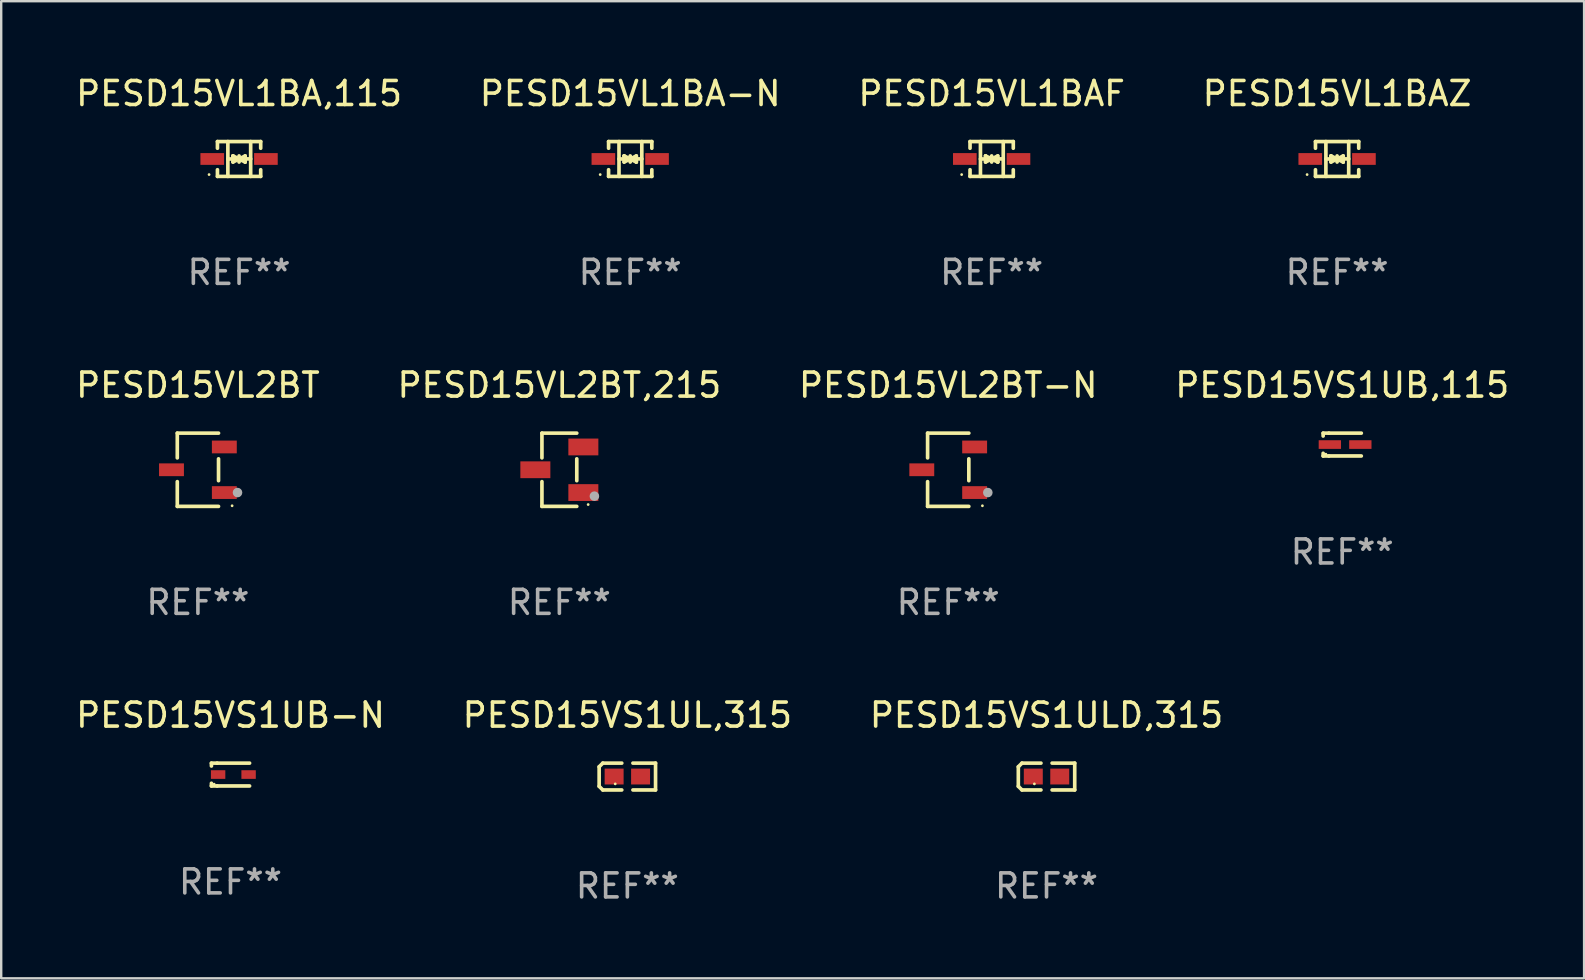
<source format=kicad_pcb>
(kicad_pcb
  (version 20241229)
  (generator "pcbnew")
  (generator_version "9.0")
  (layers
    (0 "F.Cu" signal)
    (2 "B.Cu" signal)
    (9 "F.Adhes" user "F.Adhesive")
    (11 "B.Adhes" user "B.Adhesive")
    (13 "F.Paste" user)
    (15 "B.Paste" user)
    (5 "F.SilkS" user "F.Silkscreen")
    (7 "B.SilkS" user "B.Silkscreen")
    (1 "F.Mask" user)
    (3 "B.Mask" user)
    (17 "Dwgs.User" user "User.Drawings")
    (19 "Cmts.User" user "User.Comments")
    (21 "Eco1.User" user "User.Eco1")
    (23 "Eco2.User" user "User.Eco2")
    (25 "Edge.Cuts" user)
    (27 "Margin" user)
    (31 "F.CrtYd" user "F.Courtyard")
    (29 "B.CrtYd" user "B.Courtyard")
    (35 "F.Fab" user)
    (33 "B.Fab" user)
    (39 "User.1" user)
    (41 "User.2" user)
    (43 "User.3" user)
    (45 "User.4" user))
  (footprint "PESD15VL1BAZ"
    (layer "F.Cu")
    (at 52.661 3.574)
    (property "Reference" "PESD15VL1BAZ" (at 0 -2.726 0) (layer "F.SilkS") (effects (font (size 1 1) (thickness 0.15))))
    (attr through_hole)
    (fp_line (start -0.901 -0.726) (end -0.901 -0.448) (stroke (width 0.152) (type solid)) (layer "F.SilkS"))
    (fp_line (start -0.901 0.726) (end -0.901 0.448) (stroke (width 0.152) (type solid)) (layer "F.SilkS"))
    (fp_line (start -0.467 0) (end 0.483 -0.003) (stroke (width 0.154) (type solid)) (layer "F.SilkS"))
    (fp_line (start -0.467 0.726) (end -0.467 -0.726) (stroke (width 0.152) (type solid)) (layer "F.SilkS"))
    (fp_line (start -0.254 -0.127) (end -0.254 -0.127) (stroke (width 0.154) (type solid)) (layer "F.SilkS"))
    (fp_line (start -0.254 -0.127) (end -0.002 -0.003) (stroke (width 0.154) (type solid)) (layer "F.SilkS"))
    (fp_line (start -0.254 0.127) (end -0.254 -0.127) (stroke (width 0.154) (type solid)) (layer "F.SilkS"))
    (fp_line (start -0.127 0) (end 0.003 0) (stroke (width 0.154) (type solid)) (layer "F.SilkS"))
    (fp_line (start -0.003 0) (end -0.254 0.127) (stroke (width 0.154) (type solid)) (layer "F.SilkS"))
    (fp_line (start 0 -0.127) (end 0 0.127) (stroke (width 0.154) (type solid)) (layer "F.SilkS"))
    (fp_line (start 0.003 0) (end 0.254 -0.127) (stroke (width 0.154) (type solid)) (layer "F.SilkS"))
    (fp_line (start 0.127 0) (end -0.003 0) (stroke (width 0.154) (type solid)) (layer "F.SilkS"))
    (fp_line (start 0.254 -0.127) (end 0.254 0.127) (stroke (width 0.154) (type solid)) (layer "F.SilkS"))
    (fp_line (start 0.254 0.127) (end 0.002 0.003) (stroke (width 0.154) (type solid)) (layer "F.SilkS"))
    (fp_line (start 0.254 0.127) (end 0.254 0.127) (stroke (width 0.154) (type solid)) (layer "F.SilkS"))
    (fp_line (start 0.483 0.726) (end 0.483 -0.726) (stroke (width 0.152) (type solid)) (layer "F.SilkS"))
    (fp_line (start 0.901 -0.726) (end -0.901 -0.726) (stroke (width 0.152) (type solid)) (layer "F.SilkS"))
    (fp_line (start 0.901 -0.726) (end 0.901 -0.448) (stroke (width 0.152) (type solid)) (layer "F.SilkS"))
    (fp_line (start 0.901 0.726) (end -0.901 0.726) (stroke (width 0.152) (type solid)) (layer "F.SilkS"))
    (fp_line (start 0.901 0.726) (end 0.901 0.448) (stroke (width 0.152) (type solid)) (layer "F.SilkS"))
    (fp_circle (center -1.25 0.65) (end -1.22 0.65) (stroke (width 0.06) (type solid)) (fill no) (layer "F.SilkS"))
    (fp_text user "REF**" (at 0 4.726 0) (layer "F.Fab") (effects (font (size 1 1) (thickness 0.15))))
    (pad "1" smd rect (at -1.118 0) (size 0.985 0.49) (layers "F.Cu" "F.Mask" "F.Paste"))
    (pad "2" smd rect (at 1.118 0) (size 0.985 0.49) (layers "F.Cu" "F.Mask" "F.Paste")))
  (footprint "PESD15VL2BT,215"
    (layer "F.Cu")
    (at 20.256 16.523)
    (property "Reference" "PESD15VL2BT,215" (at 0 -3.526 0) (layer "F.SilkS") (effects (font (size 1 1) (thickness 0.15))))
    (attr through_hole)
    (fp_line (start -0.726 -1.526) (end -0.726 -0.495) (stroke (width 0.152) (type solid)) (layer "F.SilkS"))
    (fp_line (start -0.726 1.526) (end -0.726 0.495) (stroke (width 0.152) (type solid)) (layer "F.SilkS"))
    (fp_line (start 0.726 -1.526) (end -0.726 -1.526) (stroke (width 0.152) (type solid)) (layer "F.SilkS"))
    (fp_line (start 0.726 -0.455) (end 0.726 0.455) (stroke (width 0.152) (type solid)) (layer "F.SilkS"))
    (fp_line (start 0.726 1.526) (end -0.726 1.526) (stroke (width 0.152) (type solid)) (layer "F.SilkS"))
    (fp_circle (center 1.2 1.45) (end 1.23 1.45) (stroke (width 0.06) (type solid)) (fill no) (layer "F.SilkS"))
    (fp_circle (center 1.46 1.1) (end 1.56 1.1) (stroke (width 0.2) (type solid)) (fill no) (layer "F.Fab"))
    (fp_text user "REF**" (at 0 5.526 0) (layer "F.Fab") (effects (font (size 1 1) (thickness 0.15))))
    (pad "1" smd rect (at 1 0.95) (size 1.25 0.7) (layers "F.Cu" "F.Mask" "F.Paste"))
    (pad "2" smd rect (at 1 -0.95) (size 1.25 0.7) (layers "F.Cu" "F.Mask" "F.Paste"))
    (pad "3" smd rect (at -1 0) (size 1.25 0.7) (layers "F.Cu" "F.Mask" "F.Paste")))
  (footprint "PESD15VL2BT"
    (layer "F.Cu")
    (at 5.196 16.523)
    (property "Reference" "PESD15VL2BT" (at 0 -3.526 0) (layer "F.SilkS") (effects (font (size 1 1) (thickness 0.15))))
    (attr through_hole)
    (fp_line (start -0.859 -1.526) (end -0.859 -0.495) (stroke (width 0.152) (type solid)) (layer "F.SilkS"))
    (fp_line (start -0.859 1.526) (end -0.859 0.495) (stroke (width 0.152) (type solid)) (layer "F.SilkS"))
    (fp_line (start 0.859 -1.526) (end -0.859 -1.526) (stroke (width 0.152) (type solid)) (layer "F.SilkS"))
    (fp_line (start 0.859 -0.455) (end 0.859 0.455) (stroke (width 0.152) (type solid)) (layer "F.SilkS"))
    (fp_line (start 0.859 1.526) (end -0.859 1.526) (stroke (width 0.152) (type solid)) (layer "F.SilkS"))
    (fp_circle (center 1.425 1.5) (end 1.455 1.5) (stroke (width 0.06) (type solid)) (fill no) (layer "F.SilkS"))
    (fp_circle (center 1.65 0.95) (end 1.75 0.95) (stroke (width 0.2) (type solid)) (fill no) (layer "F.Fab"))
    (fp_text user "REF**" (at 0 5.526 0) (layer "F.Fab") (effects (font (size 1 1) (thickness 0.15))))
    (pad "1" smd rect (at 1.101 0.95) (size 1.037 0.532) (layers "F.Cu" "F.Mask" "F.Paste"))
    (pad "2" smd rect (at 1.101 -0.95) (size 1.037 0.532) (layers "F.Cu" "F.Mask" "F.Paste"))
    (pad "3" smd rect (at -1.101 0) (size 1.037 0.532) (layers "F.Cu" "F.Mask" "F.Paste")))
  (footprint "PESD15VL1BAF"
    (layer "F.Cu")
    (at 38.268 3.574)
    (property "Reference" "PESD15VL1BAF" (at 0 -2.726 0) (layer "F.SilkS") (effects (font (size 1 1) (thickness 0.15))))
    (attr through_hole)
    (fp_line (start -0.901 -0.726) (end -0.901 -0.448) (stroke (width 0.152) (type solid)) (layer "F.SilkS"))
    (fp_line (start -0.901 0.726) (end -0.901 0.448) (stroke (width 0.152) (type solid)) (layer "F.SilkS"))
    (fp_line (start -0.467 0) (end 0.483 -0.003) (stroke (width 0.154) (type solid)) (layer "F.SilkS"))
    (fp_line (start -0.467 0.726) (end -0.467 -0.726) (stroke (width 0.152) (type solid)) (layer "F.SilkS"))
    (fp_line (start -0.254 -0.127) (end -0.254 -0.127) (stroke (width 0.154) (type solid)) (layer "F.SilkS"))
    (fp_line (start -0.254 -0.127) (end -0.002 -0.003) (stroke (width 0.154) (type solid)) (layer "F.SilkS"))
    (fp_line (start -0.254 0.127) (end -0.254 -0.127) (stroke (width 0.154) (type solid)) (layer "F.SilkS"))
    (fp_line (start -0.127 0) (end 0.003 0) (stroke (width 0.154) (type solid)) (layer "F.SilkS"))
    (fp_line (start -0.003 0) (end -0.254 0.127) (stroke (width 0.154) (type solid)) (layer "F.SilkS"))
    (fp_line (start 0 -0.127) (end 0 0.127) (stroke (width 0.154) (type solid)) (layer "F.SilkS"))
    (fp_line (start 0.003 0) (end 0.254 -0.127) (stroke (width 0.154) (type solid)) (layer "F.SilkS"))
    (fp_line (start 0.127 0) (end -0.003 0) (stroke (width 0.154) (type solid)) (layer "F.SilkS"))
    (fp_line (start 0.254 -0.127) (end 0.254 0.127) (stroke (width 0.154) (type solid)) (layer "F.SilkS"))
    (fp_line (start 0.254 0.127) (end 0.002 0.003) (stroke (width 0.154) (type solid)) (layer "F.SilkS"))
    (fp_line (start 0.254 0.127) (end 0.254 0.127) (stroke (width 0.154) (type solid)) (layer "F.SilkS"))
    (fp_line (start 0.483 0.726) (end 0.483 -0.726) (stroke (width 0.152) (type solid)) (layer "F.SilkS"))
    (fp_line (start 0.901 -0.726) (end -0.901 -0.726) (stroke (width 0.152) (type solid)) (layer "F.SilkS"))
    (fp_line (start 0.901 -0.726) (end 0.901 -0.448) (stroke (width 0.152) (type solid)) (layer "F.SilkS"))
    (fp_line (start 0.901 0.726) (end -0.901 0.726) (stroke (width 0.152) (type solid)) (layer "F.SilkS"))
    (fp_line (start 0.901 0.726) (end 0.901 0.448) (stroke (width 0.152) (type solid)) (layer "F.SilkS"))
    (fp_circle (center -1.25 0.65) (end -1.22 0.65) (stroke (width 0.06) (type solid)) (fill no) (layer "F.SilkS"))
    (fp_text user "REF**" (at 0 4.726 0) (layer "F.Fab") (effects (font (size 1 1) (thickness 0.15))))
    (pad "1" smd rect (at -1.118 0) (size 0.985 0.49) (layers "F.Cu" "F.Mask" "F.Paste"))
    (pad "2" smd rect (at 1.118 0) (size 0.985 0.49) (layers "F.Cu" "F.Mask" "F.Paste")))
  (footprint "PESD15VS1UL,315"
    (layer "F.Cu")
    (at 23.089 29.305)
    (property "Reference" "PESD15VS1UL,315" (at 0 -2.559 0) (layer "F.SilkS") (effects (font (size 1 1) (thickness 0.15))))
    (attr through_hole)
    (fp_line (start -1.175 -0.407) (end -1.023 -0.559) (stroke (width 0.152) (type solid)) (layer "F.SilkS"))
    (fp_line (start -1.175 0.407) (end -1.175 -0.407) (stroke (width 0.152) (type solid)) (layer "F.SilkS"))
    (fp_line (start -1.023 -0.559) (end -0.232 -0.559) (stroke (width 0.152) (type solid)) (layer "F.SilkS"))
    (fp_line (start -1.023 0.559) (end -1.175 0.407) (stroke (width 0.152) (type solid)) (layer "F.SilkS"))
    (fp_line (start -0.232 0.559) (end -1.023 0.559) (stroke (width 0.152) (type solid)) (layer "F.SilkS"))
    (fp_line (start 0.232 0.559) (end 1.175 0.559) (stroke (width 0.152) (type solid)) (layer "F.SilkS"))
    (fp_line (start 1.175 -0.559) (end 0.232 -0.559) (stroke (width 0.152) (type solid)) (layer "F.SilkS"))
    (fp_line (start 1.175 0.559) (end 1.175 -0.559) (stroke (width 0.152) (type solid)) (layer "F.SilkS"))
    (fp_circle (center -0.506 0.306) (end -0.476 0.306) (stroke (width 0.06) (type solid)) (fill no) (layer "F.SilkS"))
    (fp_text user "REF**" (at 0 4.559 0) (layer "F.Fab") (effects (font (size 1 1) (thickness 0.15))))
    (pad "1" smd rect (at -0.551 0) (size 0.79 0.661) (layers "F.Cu" "F.Mask" "F.Paste"))
    (pad "2" smd rect (at 0.551 0) (size 0.79 0.661) (layers "F.Cu" "F.Mask" "F.Paste")))
  (footprint "PESD15VS1UB-N"
    (layer "F.Cu")
    (at 6.554 29.222)
    (property "Reference" "PESD15VS1UB-N" (at 0 -2.476 0) (layer "F.SilkS") (effects (font (size 1 1) (thickness 0.15))))
    (attr through_hole)
    (fp_line (start -0.795 -0.476) (end -0.795 -0.356) (stroke (width 0.152) (type solid)) (layer "F.SilkS"))
    (fp_line (start -0.795 0.363) (end -0.795 0.476) (stroke (width 0.152) (type solid)) (layer "F.SilkS"))
    (fp_line (start -0.795 0.476) (end -0.557 0.476) (stroke (width 0.152) (type solid)) (layer "F.SilkS"))
    (fp_line (start -0.557 -0.476) (end -0.795 -0.476) (stroke (width 0.152) (type solid)) (layer "F.SilkS"))
    (fp_line (start -0.557 -0.476) (end 0.795 -0.476) (stroke (width 0.152) (type solid)) (layer "F.SilkS"))
    (fp_line (start -0.557 0.476) (end 0.795 0.476) (stroke (width 0.152) (type solid)) (layer "F.SilkS"))
    (fp_circle (center -0.681 0.4) (end -0.651 0.4) (stroke (width 0.06) (type solid)) (fill no) (layer "F.SilkS"))
    (fp_text user "REF**" (at 0 4.476 0) (layer "F.Fab") (effects (font (size 1 1) (thickness 0.15))))
    (pad "1" smd rect (at -0.516 -0.000051 180) (size 0.6 0.36) (layers "F.Cu" "F.Mask" "F.Paste"))
    (pad "2" smd rect (at 0.754 -0.000051 180) (size 0.6 0.36) (layers "F.Cu" "F.Mask" "F.Paste")))
  (footprint "PESD15VL1BA-N"
    (layer "F.Cu")
    (at 23.208 3.574)
    (property "Reference" "PESD15VL1BA-N" (at 0 -2.726 0) (layer "F.SilkS") (effects (font (size 1 1) (thickness 0.15))))
    (attr through_hole)
    (fp_line (start -0.901 -0.726) (end -0.901 -0.448) (stroke (width 0.152) (type solid)) (layer "F.SilkS"))
    (fp_line (start -0.901 0.726) (end -0.901 0.448) (stroke (width 0.152) (type solid)) (layer "F.SilkS"))
    (fp_line (start -0.467 0) (end 0.483 -0.003) (stroke (width 0.154) (type solid)) (layer "F.SilkS"))
    (fp_line (start -0.467 0.726) (end -0.467 -0.726) (stroke (width 0.152) (type solid)) (layer "F.SilkS"))
    (fp_line (start -0.254 -0.127) (end -0.254 -0.127) (stroke (width 0.154) (type solid)) (layer "F.SilkS"))
    (fp_line (start -0.254 -0.127) (end -0.002 -0.003) (stroke (width 0.154) (type solid)) (layer "F.SilkS"))
    (fp_line (start -0.254 0.127) (end -0.254 -0.127) (stroke (width 0.154) (type solid)) (layer "F.SilkS"))
    (fp_line (start -0.127 0) (end 0.003 0) (stroke (width 0.154) (type solid)) (layer "F.SilkS"))
    (fp_line (start -0.003 0) (end -0.254 0.127) (stroke (width 0.154) (type solid)) (layer "F.SilkS"))
    (fp_line (start 0 -0.127) (end 0 0.127) (stroke (width 0.154) (type solid)) (layer "F.SilkS"))
    (fp_line (start 0.003 0) (end 0.254 -0.127) (stroke (width 0.154) (type solid)) (layer "F.SilkS"))
    (fp_line (start 0.127 0) (end -0.003 0) (stroke (width 0.154) (type solid)) (layer "F.SilkS"))
    (fp_line (start 0.254 -0.127) (end 0.254 0.127) (stroke (width 0.154) (type solid)) (layer "F.SilkS"))
    (fp_line (start 0.254 0.127) (end 0.002 0.003) (stroke (width 0.154) (type solid)) (layer "F.SilkS"))
    (fp_line (start 0.254 0.127) (end 0.254 0.127) (stroke (width 0.154) (type solid)) (layer "F.SilkS"))
    (fp_line (start 0.483 0.726) (end 0.483 -0.726) (stroke (width 0.152) (type solid)) (layer "F.SilkS"))
    (fp_line (start 0.901 -0.726) (end -0.901 -0.726) (stroke (width 0.152) (type solid)) (layer "F.SilkS"))
    (fp_line (start 0.901 -0.726) (end 0.901 -0.448) (stroke (width 0.152) (type solid)) (layer "F.SilkS"))
    (fp_line (start 0.901 0.726) (end -0.901 0.726) (stroke (width 0.152) (type solid)) (layer "F.SilkS"))
    (fp_line (start 0.901 0.726) (end 0.901 0.448) (stroke (width 0.152) (type solid)) (layer "F.SilkS"))
    (fp_circle (center -1.25 0.65) (end -1.22 0.65) (stroke (width 0.06) (type solid)) (fill no) (layer "F.SilkS"))
    (fp_text user "REF**" (at 0 4.726 0) (layer "F.Fab") (effects (font (size 1 1) (thickness 0.15))))
    (pad "1" smd rect (at -1.118 0) (size 0.985 0.49) (layers "F.Cu" "F.Mask" "F.Paste"))
    (pad "2" smd rect (at 1.118 0) (size 0.985 0.49) (layers "F.Cu" "F.Mask" "F.Paste")))
  (footprint "PESD15VS1ULD,315"
    (layer "F.Cu")
    (at 40.554 29.305)
    (property "Reference" "PESD15VS1ULD,315" (at 0 -2.559 0) (layer "F.SilkS") (effects (font (size 1 1) (thickness 0.15))))
    (attr through_hole)
    (fp_line (start -1.175 -0.407) (end -1.023 -0.559) (stroke (width 0.152) (type solid)) (layer "F.SilkS"))
    (fp_line (start -1.175 0.407) (end -1.175 -0.407) (stroke (width 0.152) (type solid)) (layer "F.SilkS"))
    (fp_line (start -1.023 -0.559) (end -0.232 -0.559) (stroke (width 0.152) (type solid)) (layer "F.SilkS"))
    (fp_line (start -1.023 0.559) (end -1.175 0.407) (stroke (width 0.152) (type solid)) (layer "F.SilkS"))
    (fp_line (start -0.232 0.559) (end -1.023 0.559) (stroke (width 0.152) (type solid)) (layer "F.SilkS"))
    (fp_line (start 0.232 0.559) (end 1.175 0.559) (stroke (width 0.152) (type solid)) (layer "F.SilkS"))
    (fp_line (start 1.175 -0.559) (end 0.232 -0.559) (stroke (width 0.152) (type solid)) (layer "F.SilkS"))
    (fp_line (start 1.175 0.559) (end 1.175 -0.559) (stroke (width 0.152) (type solid)) (layer "F.SilkS"))
    (fp_circle (center -0.506 0.306) (end -0.476 0.306) (stroke (width 0.06) (type solid)) (fill no) (layer "F.SilkS"))
    (fp_text user "REF**" (at 0 4.559 0) (layer "F.Fab") (effects (font (size 1 1) (thickness 0.15))))
    (pad "1" smd rect (at -0.551 0) (size 0.79 0.661) (layers "F.Cu" "F.Mask" "F.Paste"))
    (pad "2" smd rect (at 0.551 0) (size 0.79 0.661) (layers "F.Cu" "F.Mask" "F.Paste")))
  (footprint "PESD15VL1BA,115"
    (layer "F.Cu")
    (at 6.911 3.574)
    (property "Reference" "PESD15VL1BA,115" (at 0 -2.726 0) (layer "F.SilkS") (effects (font (size 1 1) (thickness 0.15))))
    (attr through_hole)
    (fp_line (start -0.901 -0.726) (end -0.901 -0.448) (stroke (width 0.152) (type solid)) (layer "F.SilkS"))
    (fp_line (start -0.901 0.726) (end -0.901 0.448) (stroke (width 0.152) (type solid)) (layer "F.SilkS"))
    (fp_line (start -0.467 0) (end 0.483 -0.003) (stroke (width 0.154) (type solid)) (layer "F.SilkS"))
    (fp_line (start -0.467 0.726) (end -0.467 -0.726) (stroke (width 0.152) (type solid)) (layer "F.SilkS"))
    (fp_line (start -0.254 -0.127) (end -0.254 -0.127) (stroke (width 0.154) (type solid)) (layer "F.SilkS"))
    (fp_line (start -0.254 -0.127) (end -0.002 -0.003) (stroke (width 0.154) (type solid)) (layer "F.SilkS"))
    (fp_line (start -0.254 0.127) (end -0.254 -0.127) (stroke (width 0.154) (type solid)) (layer "F.SilkS"))
    (fp_line (start -0.127 0) (end 0.003 0) (stroke (width 0.154) (type solid)) (layer "F.SilkS"))
    (fp_line (start -0.003 0) (end -0.254 0.127) (stroke (width 0.154) (type solid)) (layer "F.SilkS"))
    (fp_line (start 0 -0.127) (end 0 0.127) (stroke (width 0.154) (type solid)) (layer "F.SilkS"))
    (fp_line (start 0.003 0) (end 0.254 -0.127) (stroke (width 0.154) (type solid)) (layer "F.SilkS"))
    (fp_line (start 0.127 0) (end -0.003 0) (stroke (width 0.154) (type solid)) (layer "F.SilkS"))
    (fp_line (start 0.254 -0.127) (end 0.254 0.127) (stroke (width 0.154) (type solid)) (layer "F.SilkS"))
    (fp_line (start 0.254 0.127) (end 0.002 0.003) (stroke (width 0.154) (type solid)) (layer "F.SilkS"))
    (fp_line (start 0.254 0.127) (end 0.254 0.127) (stroke (width 0.154) (type solid)) (layer "F.SilkS"))
    (fp_line (start 0.483 0.726) (end 0.483 -0.726) (stroke (width 0.152) (type solid)) (layer "F.SilkS"))
    (fp_line (start 0.901 -0.726) (end -0.901 -0.726) (stroke (width 0.152) (type solid)) (layer "F.SilkS"))
    (fp_line (start 0.901 -0.726) (end 0.901 -0.448) (stroke (width 0.152) (type solid)) (layer "F.SilkS"))
    (fp_line (start 0.901 0.726) (end -0.901 0.726) (stroke (width 0.152) (type solid)) (layer "F.SilkS"))
    (fp_line (start 0.901 0.726) (end 0.901 0.448) (stroke (width 0.152) (type solid)) (layer "F.SilkS"))
    (fp_circle (center -1.25 0.65) (end -1.22 0.65) (stroke (width 0.06) (type solid)) (fill no) (layer "F.SilkS"))
    (fp_text user "REF**" (at 0 4.726 0) (layer "F.Fab") (effects (font (size 1 1) (thickness 0.15))))
    (pad "1" smd rect (at -1.118 0) (size 0.985 0.49) (layers "F.Cu" "F.Mask" "F.Paste"))
    (pad "2" smd rect (at 1.118 0) (size 0.985 0.49) (layers "F.Cu" "F.Mask" "F.Paste")))
  (footprint "PESD15VS1UB,115"
    (layer "F.Cu")
    (at 52.875 15.473)
    (property "Reference" "PESD15VS1UB,115" (at 0 -2.476 0) (layer "F.SilkS") (effects (font (size 1 1) (thickness 0.15))))
    (attr through_hole)
    (fp_line (start -0.795 -0.476) (end -0.795 -0.356) (stroke (width 0.152) (type solid)) (layer "F.SilkS"))
    (fp_line (start -0.795 0.363) (end -0.795 0.476) (stroke (width 0.152) (type solid)) (layer "F.SilkS"))
    (fp_line (start -0.795 0.476) (end -0.557 0.476) (stroke (width 0.152) (type solid)) (layer "F.SilkS"))
    (fp_line (start -0.557 -0.476) (end -0.795 -0.476) (stroke (width 0.152) (type solid)) (layer "F.SilkS"))
    (fp_line (start -0.557 -0.476) (end 0.795 -0.476) (stroke (width 0.152) (type solid)) (layer "F.SilkS"))
    (fp_line (start -0.557 0.476) (end 0.795 0.476) (stroke (width 0.152) (type solid)) (layer "F.SilkS"))
    (fp_circle (center -0.681 0.4) (end -0.651 0.4) (stroke (width 0.06) (type solid)) (fill no) (layer "F.SilkS"))
    (fp_text user "REF**" (at 0 4.476 0) (layer "F.Fab") (effects (font (size 1 1) (thickness 0.15))))
    (pad "1" smd rect (at -0.516 0 180) (size 0.93 0.36) (layers "F.Cu" "F.Mask" "F.Paste"))
    (pad "2" smd rect (at 0.754 0 180) (size 0.93 0.36) (layers "F.Cu" "F.Mask" "F.Paste")))
  (footprint "PESD15VL2BT-N"
    (layer "F.Cu")
    (at 36.458 16.523)
    (property "Reference" "PESD15VL2BT-N" (at 0 -3.526 0) (layer "F.SilkS") (effects (font (size 1 1) (thickness 0.15))))
    (attr through_hole)
    (fp_line (start -0.859 -1.526) (end -0.859 -0.495) (stroke (width 0.152) (type solid)) (layer "F.SilkS"))
    (fp_line (start -0.859 1.526) (end -0.859 0.495) (stroke (width 0.152) (type solid)) (layer "F.SilkS"))
    (fp_line (start 0.859 -1.526) (end -0.859 -1.526) (stroke (width 0.152) (type solid)) (layer "F.SilkS"))
    (fp_line (start 0.859 -0.455) (end 0.859 0.455) (stroke (width 0.152) (type solid)) (layer "F.SilkS"))
    (fp_line (start 0.859 1.526) (end -0.859 1.526) (stroke (width 0.152) (type solid)) (layer "F.SilkS"))
    (fp_circle (center 1.425 1.5) (end 1.455 1.5) (stroke (width 0.06) (type solid)) (fill no) (layer "F.SilkS"))
    (fp_circle (center 1.65 0.95) (end 1.75 0.95) (stroke (width 0.2) (type solid)) (fill no) (layer "F.Fab"))
    (fp_text user "REF**" (at 0 5.526 0) (layer "F.Fab") (effects (font (size 1 1) (thickness 0.15))))
    (pad "1" smd rect (at 1.101 0.95) (size 1.037 0.532) (layers "F.Cu" "F.Mask" "F.Paste"))
    (pad "2" smd rect (at 1.101 -0.95) (size 1.037 0.532) (layers "F.Cu" "F.Mask" "F.Paste"))
    (pad "3" smd rect (at -1.101 0) (size 1.037 0.532) (layers "F.Cu" "F.Mask" "F.Paste")))
  (gr_rect
    (start -3 -3)
    (end 62.952 37.713)
    (stroke (width 0.1) (type default))
    (fill no)
    (layer "Edge.Cuts")))
</source>
